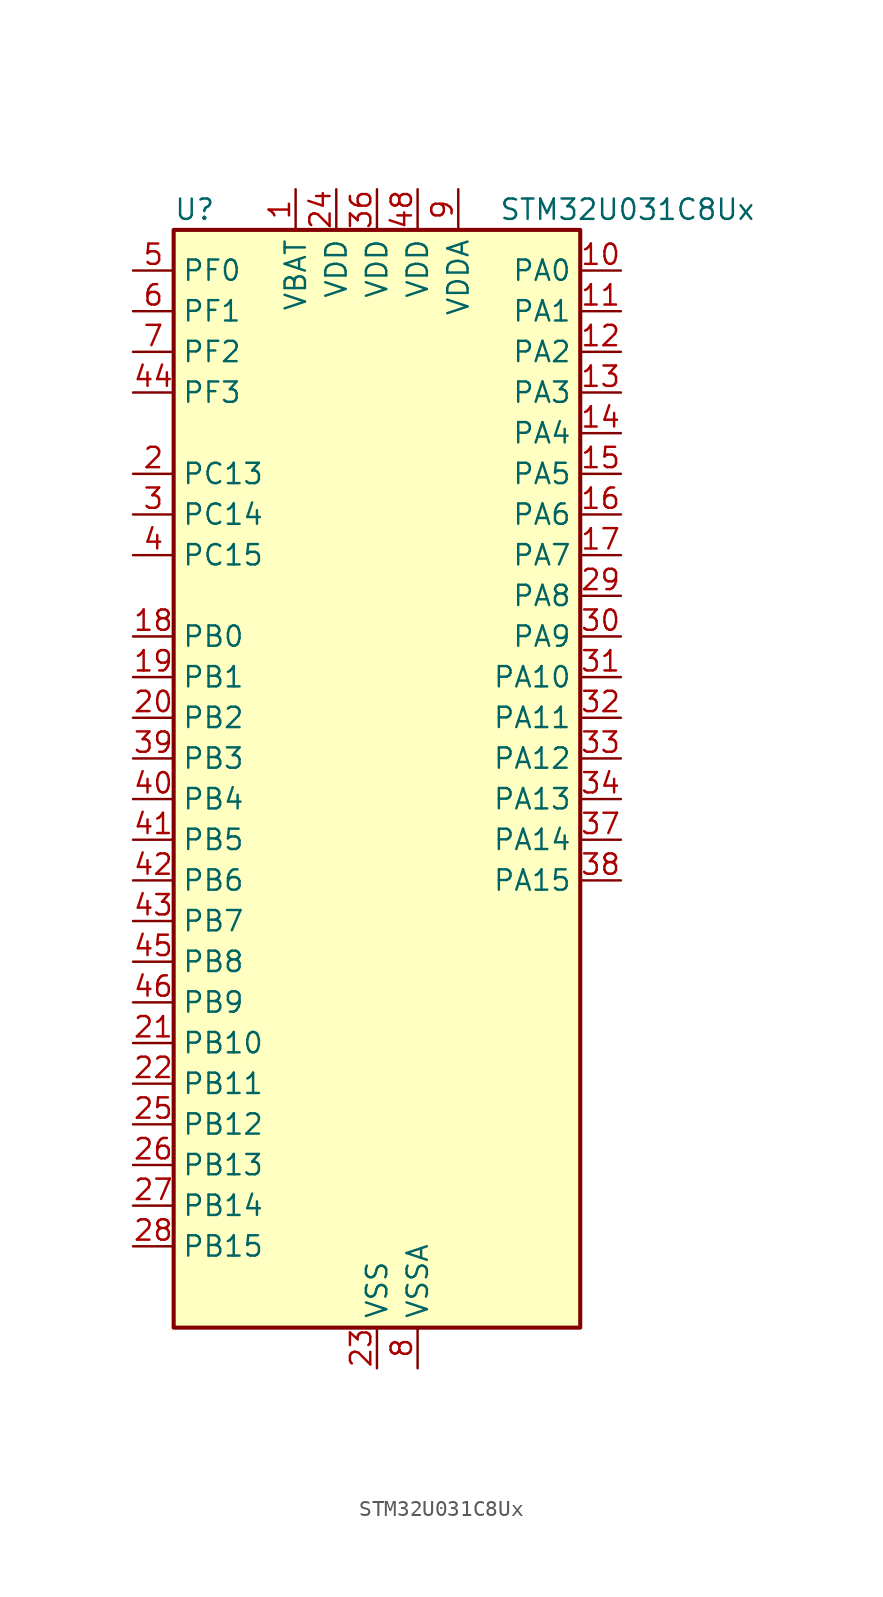
<source format=kicad_sym>
(kicad_symbol_lib
  (version 20231120)
  (generator "kicad_symbol_editor")
  (generator_version "8.99")
  (symbol "STM32U031C8Ux"
    (property "Reference" "U"
      (at -12.7 36.83 0)
      (effects (font (size 1.27 1.27)) (justify left)))
    (property "Value" "STM32U031C8Ux"
      (at 7.62 36.83 0)
      (effects (font (size 1.27 1.27)) (justify left)))
    (property "ki_locked" ""
      (at 0 0 0)
      (effects (font (size 1.27 1.27))))
    (symbol "STM32U031C8Ux_0_1"
      (rectangle (start -12.7 -33.02) (end 12.7 35.56) (stroke (width 0.254) (type default)) (fill (type background))))
    (symbol "STM32U031C8Ux_1_1"
      (pin power_in line (at -5.08 38.1 270) (length 2.54) (name "VBAT" (effects (font (size 1.27 1.27)))) (number "1" (effects (font (size 1.27 1.27)))))
      (pin bidirectional line (at 15.24 33.02 180) (length 2.54) (name "PA0" (effects (font (size 1.27 1.27)))) (number "10" (effects (font (size 1.27 1.27)))) (alternate "ADC1_IN4" bidirectional line) (alternate "COMP1_INM" bidirectional line) (alternate "COMP1_OUT" bidirectional line) (alternate "OPAMP1_VINP" bidirectional line) (alternate "PWR_WKUP1" bidirectional line) (alternate "TAMP_IN2" bidirectional line) (alternate "TIM2_CH1" bidirectional line) (alternate "TIM2_ETR" bidirectional line) (alternate "USART2_CTS" bidirectional line) (alternate "USART4_TX" bidirectional line))
      (pin bidirectional line (at 15.24 30.48 180) (length 2.54) (name "PA1" (effects (font (size 1.27 1.27)))) (number "11" (effects (font (size 1.27 1.27)))) (alternate "ADC1_IN5" bidirectional line) (alternate "COMP1_INP" bidirectional line) (alternate "LPTIM1_CH2" bidirectional line) (alternate "OPAMP1_VINM" bidirectional line) (alternate "PWR_WKUP3" bidirectional line) (alternate "SPI1_SCK" bidirectional line) (alternate "SPI2_SCK" bidirectional line) (alternate "TAMP_IN5" bidirectional line) (alternate "TIM15_CH1N" bidirectional line) (alternate "TIM2_CH2" bidirectional line) (alternate "USART2_DE" bidirectional line) (alternate "USART2_RTS" bidirectional line) (alternate "USART4_RX" bidirectional line))
      (pin bidirectional line (at 15.24 27.94 180) (length 2.54) (name "PA2" (effects (font (size 1.27 1.27)))) (number "12" (effects (font (size 1.27 1.27)))) (alternate "ADC1_IN6" bidirectional line) (alternate "LPUART1_TX" bidirectional line) (alternate "PWR_WKUP4" bidirectional line) (alternate "RCC_LSCO" bidirectional line) (alternate "TIM15_CH1" bidirectional line) (alternate "TIM2_CH3" bidirectional line) (alternate "USART2_TX" bidirectional line))
      (pin bidirectional line (at 15.24 25.4 180) (length 2.54) (name "PA3" (effects (font (size 1.27 1.27)))) (number "13" (effects (font (size 1.27 1.27)))) (alternate "ADC1_IN7" bidirectional line) (alternate "LPUART1_RX" bidirectional line) (alternate "OPAMP1_VOUT" bidirectional line) (alternate "TIM15_CH2" bidirectional line) (alternate "TIM2_CH4" bidirectional line) (alternate "USART2_RX" bidirectional line))
      (pin bidirectional line (at 15.24 22.86 180) (length 2.54) (name "PA4" (effects (font (size 1.27 1.27)))) (number "14" (effects (font (size 1.27 1.27)))) (alternate "ADC1_IN8" bidirectional line) (alternate "COMP1_INM" bidirectional line) (alternate "DAC1_OUT1" bidirectional line) (alternate "LPTIM2_CH1" bidirectional line) (alternate "SPI1_NSS" bidirectional line) (alternate "USART2_CK" bidirectional line))
      (pin bidirectional line (at 15.24 20.32 180) (length 2.54) (name "PA5" (effects (font (size 1.27 1.27)))) (number "15" (effects (font (size 1.27 1.27)))) (alternate "ADC1_IN9" bidirectional line) (alternate "COMP1_INM" bidirectional line) (alternate "LPTIM2_ETR" bidirectional line) (alternate "SPI1_SCK" bidirectional line) (alternate "TIM2_CH1" bidirectional line) (alternate "TIM2_ETR" bidirectional line) (alternate "USART3_TX" bidirectional line))
      (pin bidirectional line (at 15.24 17.78 180) (length 2.54) (name "PA6" (effects (font (size 1.27 1.27)))) (number "16" (effects (font (size 1.27 1.27)))) (alternate "ADC1_IN10" bidirectional line) (alternate "COMP1_OUT" bidirectional line) (alternate "I2C2_SDA" bidirectional line) (alternate "I2C3_SDA" bidirectional line) (alternate "LPUART1_CTS" bidirectional line) (alternate "SPI1_MISO" bidirectional line) (alternate "TIM16_CH1" bidirectional line) (alternate "TIM1_BKIN" bidirectional line) (alternate "TIM3_CH1" bidirectional line) (alternate "TSC_G5_IO1" bidirectional line) (alternate "USART3_CTS" bidirectional line))
      (pin bidirectional line (at 15.24 15.24 180) (length 2.54) (name "PA7" (effects (font (size 1.27 1.27)))) (number "17" (effects (font (size 1.27 1.27)))) (alternate "ADC1_IN14" bidirectional line) (alternate "I2C2_SCL" bidirectional line) (alternate "I2C3_SCL" bidirectional line) (alternate "LPTIM2_CH2" bidirectional line) (alternate "SPI1_MOSI" bidirectional line) (alternate "TIM1_CH1N" bidirectional line) (alternate "TIM3_CH2" bidirectional line) (alternate "USART3_RX" bidirectional line))
      (pin bidirectional line (at -15.24 10.16 0) (length 2.54) (name "PB0" (effects (font (size 1.27 1.27)))) (number "18" (effects (font (size 1.27 1.27)))) (alternate "ADC1_IN17" bidirectional line) (alternate "COMP1_OUT" bidirectional line) (alternate "LPUART2_CTS" bidirectional line) (alternate "SPI1_NSS" bidirectional line) (alternate "TIM1_CH2N" bidirectional line) (alternate "TIM3_CH3" bidirectional line) (alternate "TSC_G5_IO2" bidirectional line) (alternate "USART3_CK" bidirectional line))
      (pin bidirectional line (at -15.24 7.62 0) (length 2.54) (name "PB1" (effects (font (size 1.27 1.27)))) (number "19" (effects (font (size 1.27 1.27)))) (alternate "ADC1_IN18" bidirectional line) (alternate "COMP1_INM" bidirectional line) (alternate "LPTIM2_IN1" bidirectional line) (alternate "LPUART1_DE" bidirectional line) (alternate "LPUART1_RTS" bidirectional line) (alternate "LPUART2_DE" bidirectional line) (alternate "LPUART2_RTS" bidirectional line) (alternate "TIM1_CH3N" bidirectional line) (alternate "TIM3_CH4" bidirectional line) (alternate "TSC_SYNC" bidirectional line) (alternate "USART3_DE" bidirectional line) (alternate "USART3_RTS" bidirectional line))
      (pin bidirectional line (at -15.24 20.32 0) (length 2.54) (name "PC13" (effects (font (size 1.27 1.27)))) (number "2" (effects (font (size 1.27 1.27)))) (alternate "LPTIM1_CH3" bidirectional line) (alternate "PWR_WKUP2" bidirectional line) (alternate "RTC_OUT1" bidirectional line) (alternate "RTC_TS" bidirectional line) (alternate "TAMP_IN1" bidirectional line))
      (pin bidirectional line (at -15.24 5.08 0) (length 2.54) (name "PB2" (effects (font (size 1.27 1.27)))) (number "20" (effects (font (size 1.27 1.27)))) (alternate "COMP1_INP" bidirectional line) (alternate "LPTIM1_CH1" bidirectional line) (alternate "RTC_OUT2" bidirectional line))
      (pin bidirectional line (at -15.24 -15.24 0) (length 2.54) (name "PB10" (effects (font (size 1.27 1.27)))) (number "21" (effects (font (size 1.27 1.27)))) (alternate "COMP1_OUT" bidirectional line) (alternate "I2C2_SCL" bidirectional line) (alternate "LPUART1_RX" bidirectional line) (alternate "LPUART2_RX" bidirectional line) (alternate "SPI2_SCK" bidirectional line) (alternate "TIM2_CH3" bidirectional line) (alternate "TSC_G5_IO3" bidirectional line) (alternate "USART3_TX" bidirectional line))
      (pin bidirectional line (at -15.24 -17.78 0) (length 2.54) (name "PB11" (effects (font (size 1.27 1.27)))) (number "22" (effects (font (size 1.27 1.27)))) (alternate "ADC1_EXTI11" bidirectional line) (alternate "I2C2_SDA" bidirectional line) (alternate "LPUART1_TX" bidirectional line) (alternate "LPUART2_TX" bidirectional line) (alternate "TIM2_CH4" bidirectional line) (alternate "TSC_G5_IO4" bidirectional line) (alternate "USART3_RX" bidirectional line))
      (pin power_in line (at 0 -35.56 90) (length 2.54) (name "VSS" (effects (font (size 1.27 1.27)))) (number "23" (effects (font (size 1.27 1.27)))))
      (pin power_in line (at -2.54 38.1 270) (length 2.54) (name "VDD" (effects (font (size 1.27 1.27)))) (number "24" (effects (font (size 1.27 1.27)))))
      (pin bidirectional line (at -15.24 -20.32 0) (length 2.54) (name "PB12" (effects (font (size 1.27 1.27)))) (number "25" (effects (font (size 1.27 1.27)))) (alternate "LPUART1_DE" bidirectional line) (alternate "LPUART1_RTS" bidirectional line) (alternate "SPI2_NSS" bidirectional line) (alternate "TIM15_BKIN" bidirectional line) (alternate "TIM1_BKIN" bidirectional line) (alternate "TSC_G1_IO1" bidirectional line) (alternate "USART3_CK" bidirectional line))
      (pin bidirectional line (at -15.24 -22.86 0) (length 2.54) (name "PB13" (effects (font (size 1.27 1.27)))) (number "26" (effects (font (size 1.27 1.27)))) (alternate "I2C2_SCL" bidirectional line) (alternate "LPUART1_CTS" bidirectional line) (alternate "SPI2_SCK" bidirectional line) (alternate "TIM15_CH1N" bidirectional line) (alternate "TIM1_CH1N" bidirectional line) (alternate "TSC_G1_IO2" bidirectional line) (alternate "USART3_CTS" bidirectional line))
      (pin bidirectional line (at -15.24 -25.4 0) (length 2.54) (name "PB14" (effects (font (size 1.27 1.27)))) (number "27" (effects (font (size 1.27 1.27)))) (alternate "I2C2_SDA" bidirectional line) (alternate "SPI2_MISO" bidirectional line) (alternate "TIM15_CH1" bidirectional line) (alternate "TIM1_CH2N" bidirectional line) (alternate "TSC_G1_IO3" bidirectional line) (alternate "USART3_DE" bidirectional line) (alternate "USART3_RTS" bidirectional line))
      (pin bidirectional line (at -15.24 -27.94 0) (length 2.54) (name "PB15" (effects (font (size 1.27 1.27)))) (number "28" (effects (font (size 1.27 1.27)))) (alternate "PWR_WKUP7" bidirectional line) (alternate "RTC_REFIN" bidirectional line) (alternate "SPI2_MOSI" bidirectional line) (alternate "TAMP_IN3" bidirectional line) (alternate "TIM15_CH2" bidirectional line) (alternate "TIM1_CH3N" bidirectional line) (alternate "TSC_G1_IO4" bidirectional line))
      (pin bidirectional line (at 15.24 12.7 180) (length 2.54) (name "PA8" (effects (font (size 1.27 1.27)))) (number "29" (effects (font (size 1.27 1.27)))) (alternate "LPTIM2_CH1" bidirectional line) (alternate "RCC_MCO" bidirectional line) (alternate "RCC_MCO2" bidirectional line) (alternate "TIM1_CH1" bidirectional line) (alternate "TSC_G7_IO1" bidirectional line) (alternate "USART1_CK" bidirectional line))
      (pin bidirectional line (at -15.24 17.78 0) (length 2.54) (name "PC14" (effects (font (size 1.27 1.27)))) (number "3" (effects (font (size 1.27 1.27)))) (alternate "RCC_OSC32_IN" bidirectional line))
      (pin bidirectional line (at 15.24 10.16 180) (length 2.54) (name "PA9" (effects (font (size 1.27 1.27)))) (number "30" (effects (font (size 1.27 1.27)))) (alternate "COMP1_INP" bidirectional line) (alternate "DAC1_EXTI9" bidirectional line) (alternate "I2C1_SCL" bidirectional line) (alternate "I2C2_SCL" bidirectional line) (alternate "RCC_MCO" bidirectional line) (alternate "TIM15_BKIN" bidirectional line) (alternate "TIM1_CH2" bidirectional line) (alternate "TSC_G7_IO2" bidirectional line) (alternate "USART1_TX" bidirectional line))
      (pin bidirectional line (at 15.24 7.62 180) (length 2.54) (name "PA10" (effects (font (size 1.27 1.27)))) (number "31" (effects (font (size 1.27 1.27)))) (alternate "I2C1_SDA" bidirectional line) (alternate "I2C2_SDA" bidirectional line) (alternate "RCC_MCO2" bidirectional line) (alternate "SPI2_NSS" bidirectional line) (alternate "TIM1_CH3" bidirectional line) (alternate "TSC_G7_IO3" bidirectional line) (alternate "USART1_RX" bidirectional line))
      (pin bidirectional line (at 15.24 5.08 180) (length 2.54) (name "PA11" (effects (font (size 1.27 1.27)))) (number "32" (effects (font (size 1.27 1.27)))) (alternate "ADC1_EXTI11" bidirectional line) (alternate "COMP1_OUT" bidirectional line) (alternate "SPI1_MISO" bidirectional line) (alternate "SPI2_MISO" bidirectional line) (alternate "TIM1_BKIN2" bidirectional line) (alternate "TIM1_CH4" bidirectional line) (alternate "USART1_CTS" bidirectional line))
      (pin bidirectional line (at 15.24 2.54 180) (length 2.54) (name "PA12" (effects (font (size 1.27 1.27)))) (number "33" (effects (font (size 1.27 1.27)))) (alternate "SPI1_MOSI" bidirectional line) (alternate "SPI2_MOSI" bidirectional line) (alternate "TIM1_ETR" bidirectional line) (alternate "USART1_DE" bidirectional line) (alternate "USART1_RTS" bidirectional line))
      (pin bidirectional line (at 15.24 0 180) (length 2.54) (name "PA13" (effects (font (size 1.27 1.27)))) (number "34" (effects (font (size 1.27 1.27)))) (alternate "DEBUG_JTMS-SWDIO" bidirectional line) (alternate "IR_OUT" bidirectional line) (alternate "TSC_G7_IO4" bidirectional line))
      (pin passive line (at 0 -35.56 90) (length 2.54) hide (name "VSS" (effects (font (size 1.27 1.27)))) (number "35" (effects (font (size 1.27 1.27)))))
      (pin power_in line (at 0 38.1 270) (length 2.54) (name "VDD" (effects (font (size 1.27 1.27)))) (number "36" (effects (font (size 1.27 1.27)))))
      (pin bidirectional line (at 15.24 -2.54 180) (length 2.54) (name "PA14" (effects (font (size 1.27 1.27)))) (number "37" (effects (font (size 1.27 1.27)))) (alternate "DEBUG_JTCK-SWCLK" bidirectional line) (alternate "LPTIM1_CH1" bidirectional line) (alternate "TSC_G3_IO4" bidirectional line))
      (pin bidirectional line (at 15.24 -5.08 180) (length 2.54) (name "PA15" (effects (font (size 1.27 1.27)))) (number "38" (effects (font (size 1.27 1.27)))) (alternate "DEBUG_JTDI" bidirectional line) (alternate "SPI1_NSS" bidirectional line) (alternate "TIM2_CH1" bidirectional line) (alternate "TIM2_ETR" bidirectional line) (alternate "TSC_G3_IO1" bidirectional line) (alternate "USART2_RX" bidirectional line) (alternate "USART3_DE" bidirectional line) (alternate "USART3_RTS" bidirectional line) (alternate "USART4_DE" bidirectional line) (alternate "USART4_RTS" bidirectional line))
      (pin bidirectional line (at -15.24 2.54 0) (length 2.54) (name "PB3" (effects (font (size 1.27 1.27)))) (number "39" (effects (font (size 1.27 1.27)))) (alternate "DEBUG_JTDO-SWO" bidirectional line) (alternate "I2C2_SCL" bidirectional line) (alternate "I2C3_SCL" bidirectional line) (alternate "LPTIM1_CH3" bidirectional line) (alternate "SPI1_SCK" bidirectional line) (alternate "TIM2_CH2" bidirectional line) (alternate "USART1_DE" bidirectional line) (alternate "USART1_RTS" bidirectional line))
      (pin bidirectional line (at -15.24 15.24 0) (length 2.54) (name "PC15" (effects (font (size 1.27 1.27)))) (number "4" (effects (font (size 1.27 1.27)))) (alternate "RCC_OSC32_EN" bidirectional line) (alternate "RCC_OSC32_OUT" bidirectional line) (alternate "RCC_OSC_EN" bidirectional line))
      (pin bidirectional line (at -15.24 0 0) (length 2.54) (name "PB4" (effects (font (size 1.27 1.27)))) (number "40" (effects (font (size 1.27 1.27)))) (alternate "I2C2_SDA" bidirectional line) (alternate "I2C3_SDA" bidirectional line) (alternate "LPTIM1_CH4" bidirectional line) (alternate "SPI1_MISO" bidirectional line) (alternate "TIM3_CH1" bidirectional line) (alternate "TSC_G2_IO1" bidirectional line) (alternate "USART1_CTS" bidirectional line))
      (pin bidirectional line (at -15.24 -2.54 0) (length 2.54) (name "PB5" (effects (font (size 1.27 1.27)))) (number "41" (effects (font (size 1.27 1.27)))) (alternate "LPTIM1_IN1" bidirectional line) (alternate "SPI1_MOSI" bidirectional line) (alternate "TIM16_BKIN" bidirectional line) (alternate "TIM3_CH2" bidirectional line) (alternate "TSC_G2_IO2" bidirectional line) (alternate "USART1_CK" bidirectional line))
      (pin bidirectional line (at -15.24 -5.08 0) (length 2.54) (name "PB6" (effects (font (size 1.27 1.27)))) (number "42" (effects (font (size 1.27 1.27)))) (alternate "I2C1_SCL" bidirectional line) (alternate "I2C2_SCL" bidirectional line) (alternate "LPTIM1_ETR" bidirectional line) (alternate "LPUART2_TX" bidirectional line) (alternate "TIM16_CH1N" bidirectional line) (alternate "TSC_G2_IO3" bidirectional line) (alternate "USART1_TX" bidirectional line))
      (pin bidirectional line (at -15.24 -7.62 0) (length 2.54) (name "PB7" (effects (font (size 1.27 1.27)))) (number "43" (effects (font (size 1.27 1.27)))) (alternate "I2C1_SDA" bidirectional line) (alternate "I2C2_SDA" bidirectional line) (alternate "LPTIM1_IN2" bidirectional line) (alternate "LPUART2_RX" bidirectional line) (alternate "TSC_G2_IO4" bidirectional line) (alternate "USART1_RX" bidirectional line) (alternate "USART4_CTS" bidirectional line))
      (pin bidirectional line (at -15.24 25.4 0) (length 2.54) (name "PF3" (effects (font (size 1.27 1.27)))) (number "44" (effects (font (size 1.27 1.27)))))
      (pin bidirectional line (at -15.24 -10.16 0) (length 2.54) (name "PB8" (effects (font (size 1.27 1.27)))) (number "45" (effects (font (size 1.27 1.27)))) (alternate "I2C1_SCL" bidirectional line) (alternate "I2C2_SCL" bidirectional line) (alternate "LPTIM1_IN2" bidirectional line) (alternate "TIM16_CH1" bidirectional line) (alternate "USART3_TX" bidirectional line))
      (pin bidirectional line (at -15.24 -12.7 0) (length 2.54) (name "PB9" (effects (font (size 1.27 1.27)))) (number "46" (effects (font (size 1.27 1.27)))) (alternate "DAC1_EXTI9" bidirectional line) (alternate "I2C1_SDA" bidirectional line) (alternate "I2C2_SDA" bidirectional line) (alternate "IR_OUT" bidirectional line) (alternate "LPTIM1_CH4" bidirectional line) (alternate "SPI2_NSS" bidirectional line) (alternate "USART3_RX" bidirectional line))
      (pin passive line (at 0 -35.56 90) (length 2.54) hide (name "VSS" (effects (font (size 1.27 1.27)))) (number "47" (effects (font (size 1.27 1.27)))))
      (pin power_in line (at 2.54 38.1 270) (length 2.54) (name "VDD" (effects (font (size 1.27 1.27)))) (number "48" (effects (font (size 1.27 1.27)))))
      (pin passive line (at 0 -35.56 90) (length 2.54) hide (name "VSS" (effects (font (size 1.27 1.27)))) (number "49" (effects (font (size 1.27 1.27)))))
      (pin bidirectional line (at -15.24 33.02 0) (length 2.54) (name "PF0" (effects (font (size 1.27 1.27)))) (number "5" (effects (font (size 1.27 1.27)))) (alternate "RCC_OSC_IN" bidirectional line))
      (pin bidirectional line (at -15.24 30.48 0) (length 2.54) (name "PF1" (effects (font (size 1.27 1.27)))) (number "6" (effects (font (size 1.27 1.27)))) (alternate "RCC_OSC_EN" bidirectional line) (alternate "RCC_OSC_OUT" bidirectional line))
      (pin bidirectional line (at -15.24 27.94 0) (length 2.54) (name "PF2" (effects (font (size 1.27 1.27)))) (number "7" (effects (font (size 1.27 1.27)))) (alternate "RCC_MCO" bidirectional line))
      (pin power_in line (at 2.54 -35.56 90) (length 2.54) (name "VSSA" (effects (font (size 1.27 1.27)))) (number "8" (effects (font (size 1.27 1.27)))))
      (pin power_in line (at 5.08 38.1 270) (length 2.54) (name "VDDA" (effects (font (size 1.27 1.27)))) (number "9" (effects (font (size 1.27 1.27))))))))
</source>
